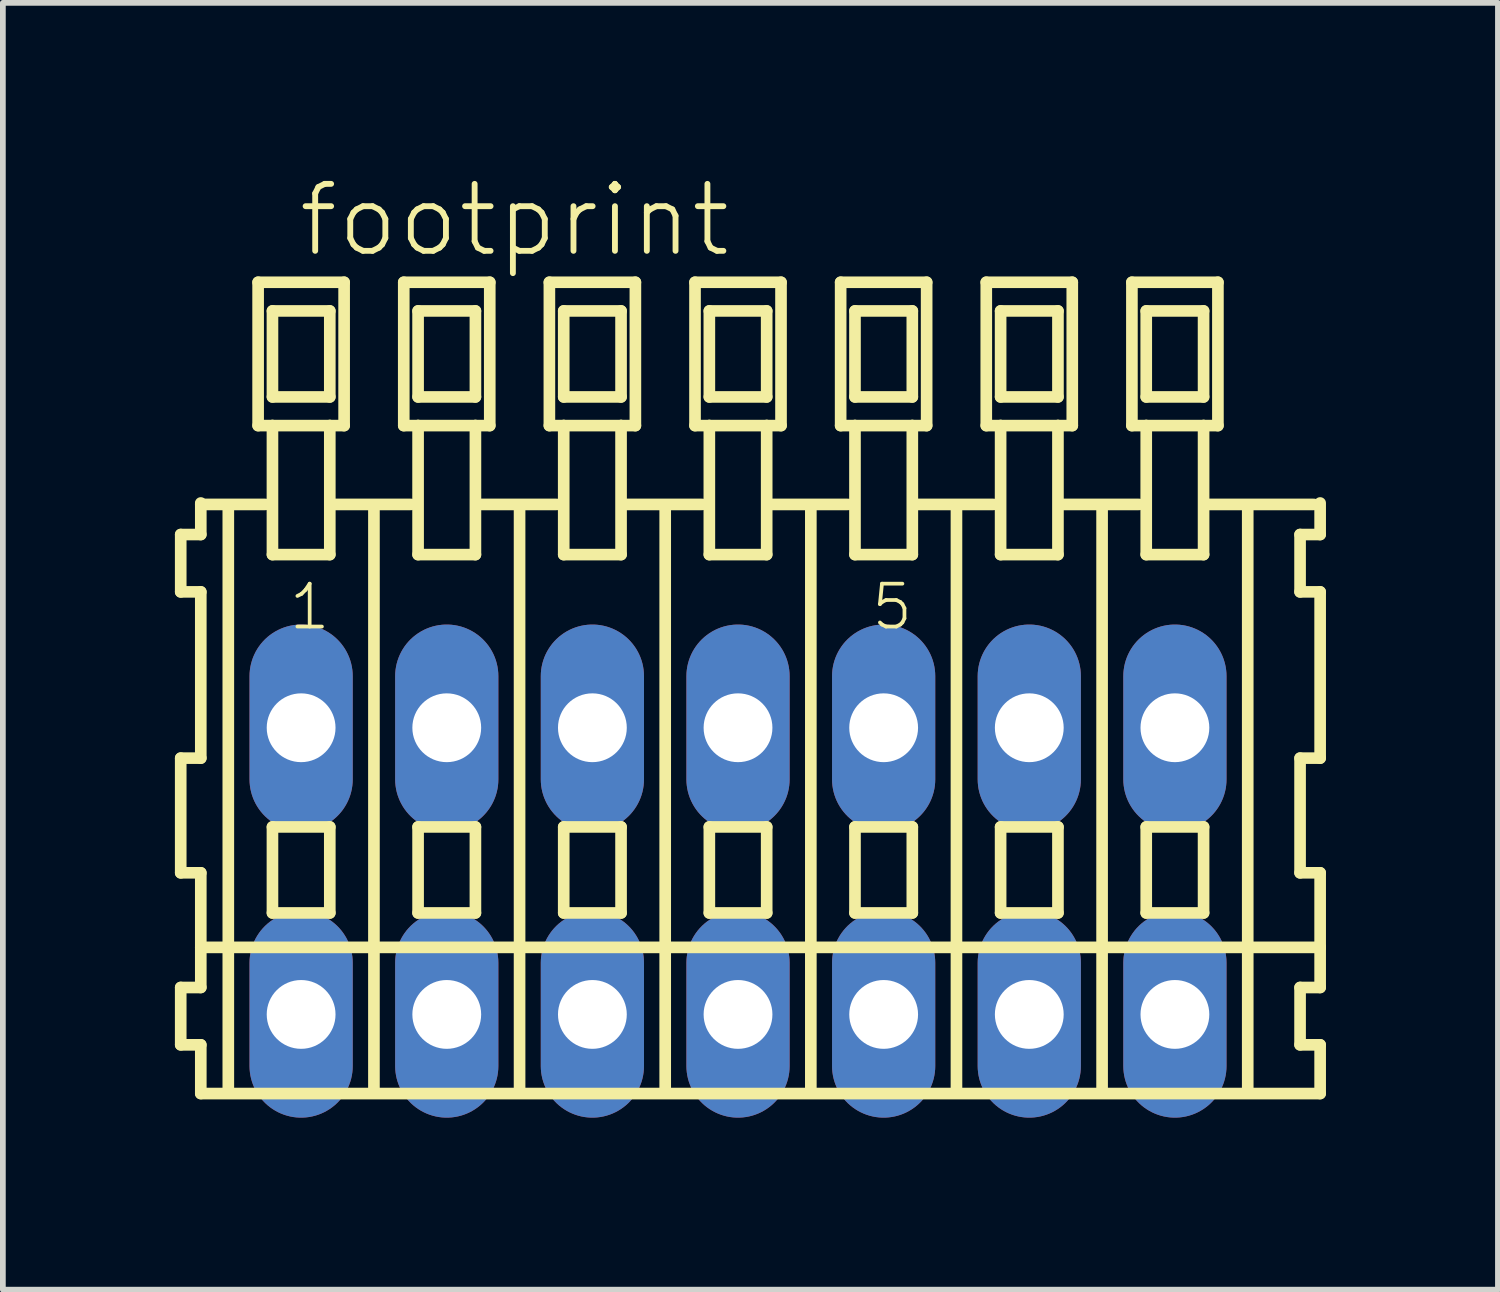
<source format=kicad_pcb>
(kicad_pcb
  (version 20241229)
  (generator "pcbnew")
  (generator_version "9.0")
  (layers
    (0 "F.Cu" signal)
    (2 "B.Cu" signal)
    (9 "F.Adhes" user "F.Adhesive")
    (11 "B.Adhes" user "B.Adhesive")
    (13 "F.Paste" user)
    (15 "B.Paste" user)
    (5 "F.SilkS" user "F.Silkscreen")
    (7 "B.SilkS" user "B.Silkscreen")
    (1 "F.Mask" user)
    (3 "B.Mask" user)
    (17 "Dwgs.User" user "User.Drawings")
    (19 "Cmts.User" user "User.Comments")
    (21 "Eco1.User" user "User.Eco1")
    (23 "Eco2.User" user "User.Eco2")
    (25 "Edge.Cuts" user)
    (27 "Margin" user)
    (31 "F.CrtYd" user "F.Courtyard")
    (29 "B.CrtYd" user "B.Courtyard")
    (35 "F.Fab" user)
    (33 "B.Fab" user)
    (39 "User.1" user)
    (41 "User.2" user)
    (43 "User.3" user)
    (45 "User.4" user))
  (footprint "footprint"
    (layer "F.Cu")
    (at 9.822 12.143)
    (property "Reference" "footprint" (at -7.72 -10.67 0) (layer "F.SilkS") (effects (font (size 1.168 1.168) (thickness 0.102)) (justify left bottom)))
    (fp_line (start -9.72 -5.87) (end -9.72 -4.87) (stroke (width 0.203) (type solid)) (layer "F.SilkS"))
    (fp_line (start -9.72 -4.87) (end -9.37 -4.87) (stroke (width 0.203) (type solid)) (layer "F.SilkS"))
    (fp_line (start -9.72 -1.97) (end -9.72 0.03) (stroke (width 0.203) (type solid)) (layer "F.SilkS"))
    (fp_line (start -9.72 0.03) (end -9.37 0.03) (stroke (width 0.203) (type solid)) (layer "F.SilkS"))
    (fp_line (start -9.72 2.03) (end -9.72 3.03) (stroke (width 0.203) (type solid)) (layer "F.SilkS"))
    (fp_line (start -9.72 3.03) (end -9.37 3.03) (stroke (width 0.203) (type solid)) (layer "F.SilkS"))
    (fp_line (start -9.37 -6.42) (end -9.37 -6.395) (stroke (width 0.203) (type solid)) (layer "F.SilkS"))
    (fp_line (start -9.37 -6.395) (end -9.37 -5.87) (stroke (width 0.203) (type solid)) (layer "F.SilkS"))
    (fp_line (start -9.37 -6.395) (end -8.245 -6.395) (stroke (width 0.203) (type solid)) (layer "F.SilkS"))
    (fp_line (start -9.37 -5.87) (end -9.72 -5.87) (stroke (width 0.203) (type solid)) (layer "F.SilkS"))
    (fp_line (start -9.37 -4.87) (end -9.37 -1.97) (stroke (width 0.203) (type solid)) (layer "F.SilkS"))
    (fp_line (start -9.37 -1.97) (end -9.72 -1.97) (stroke (width 0.203) (type solid)) (layer "F.SilkS"))
    (fp_line (start -9.37 0.03) (end -9.37 1.33) (stroke (width 0.203) (type solid)) (layer "F.SilkS"))
    (fp_line (start -9.37 1.33) (end -9.37 2.03) (stroke (width 0.203) (type solid)) (layer "F.SilkS"))
    (fp_line (start -9.37 1.33) (end 10.153 1.33) (stroke (width 0.203) (type solid)) (layer "F.SilkS"))
    (fp_line (start -9.37 2.03) (end -9.72 2.03) (stroke (width 0.203) (type solid)) (layer "F.SilkS"))
    (fp_line (start -9.37 3.03) (end -9.37 3.88) (stroke (width 0.203) (type solid)) (layer "F.SilkS"))
    (fp_line (start -9.37 3.88) (end 10.153 3.88) (stroke (width 0.203) (type solid)) (layer "F.SilkS"))
    (fp_line (start -8.89 3.83) (end -8.89 -6.33) (stroke (width 0.203) (type solid)) (layer "F.SilkS"))
    (fp_line (start -8.37 -10.27) (end -8.37 -7.77) (stroke (width 0.203) (type solid)) (layer "F.SilkS"))
    (fp_line (start -8.37 -7.77) (end -8.12 -7.77) (stroke (width 0.203) (type solid)) (layer "F.SilkS"))
    (fp_line (start -8.12 -9.77) (end -8.12 -8.27) (stroke (width 0.203) (type solid)) (layer "F.SilkS"))
    (fp_line (start -8.12 -8.27) (end -7.12 -8.27) (stroke (width 0.203) (type solid)) (layer "F.SilkS"))
    (fp_line (start -8.12 -7.77) (end -8.12 -5.52) (stroke (width 0.203) (type solid)) (layer "F.SilkS"))
    (fp_line (start -8.12 -7.77) (end -7.12 -7.77) (stroke (width 0.203) (type solid)) (layer "F.SilkS"))
    (fp_line (start -8.12 -5.52) (end -7.12 -5.52) (stroke (width 0.203) (type solid)) (layer "F.SilkS"))
    (fp_line (start -8.12 -0.77) (end -8.12 0.73) (stroke (width 0.203) (type solid)) (layer "F.SilkS"))
    (fp_line (start -8.12 0.73) (end -7.12 0.73) (stroke (width 0.203) (type solid)) (layer "F.SilkS"))
    (fp_line (start -7.12 -9.77) (end -8.12 -9.77) (stroke (width 0.203) (type solid)) (layer "F.SilkS"))
    (fp_line (start -7.12 -8.27) (end -7.12 -9.77) (stroke (width 0.203) (type solid)) (layer "F.SilkS"))
    (fp_line (start -7.12 -7.77) (end -6.87 -7.77) (stroke (width 0.203) (type solid)) (layer "F.SilkS"))
    (fp_line (start -7.12 -5.52) (end -7.12 -7.77) (stroke (width 0.203) (type solid)) (layer "F.SilkS"))
    (fp_line (start -7.12 -0.77) (end -8.12 -0.77) (stroke (width 0.203) (type solid)) (layer "F.SilkS"))
    (fp_line (start -7.12 0.73) (end -7.12 -0.77) (stroke (width 0.203) (type solid)) (layer "F.SilkS"))
    (fp_line (start -7.084 -6.395) (end -5.705 -6.395) (stroke (width 0.203) (type solid)) (layer "F.SilkS"))
    (fp_line (start -6.87 -10.27) (end -8.37 -10.27) (stroke (width 0.203) (type solid)) (layer "F.SilkS"))
    (fp_line (start -6.87 -7.77) (end -6.87 -10.27) (stroke (width 0.203) (type solid)) (layer "F.SilkS"))
    (fp_line (start -6.35 3.83) (end -6.35 -6.33) (stroke (width 0.203) (type solid)) (layer "F.SilkS"))
    (fp_line (start -5.83 -10.27) (end -5.83 -7.77) (stroke (width 0.203) (type solid)) (layer "F.SilkS"))
    (fp_line (start -5.83 -7.77) (end -5.58 -7.77) (stroke (width 0.203) (type solid)) (layer "F.SilkS"))
    (fp_line (start -5.58 -9.77) (end -5.58 -8.27) (stroke (width 0.203) (type solid)) (layer "F.SilkS"))
    (fp_line (start -5.58 -8.27) (end -4.58 -8.27) (stroke (width 0.203) (type solid)) (layer "F.SilkS"))
    (fp_line (start -5.58 -7.77) (end -5.58 -5.52) (stroke (width 0.203) (type solid)) (layer "F.SilkS"))
    (fp_line (start -5.58 -7.77) (end -4.58 -7.77) (stroke (width 0.203) (type solid)) (layer "F.SilkS"))
    (fp_line (start -5.58 -5.52) (end -4.58 -5.52) (stroke (width 0.203) (type solid)) (layer "F.SilkS"))
    (fp_line (start -5.58 -0.77) (end -5.58 0.73) (stroke (width 0.203) (type solid)) (layer "F.SilkS"))
    (fp_line (start -5.58 0.73) (end -4.58 0.73) (stroke (width 0.203) (type solid)) (layer "F.SilkS"))
    (fp_line (start -4.58 -9.77) (end -5.58 -9.77) (stroke (width 0.203) (type solid)) (layer "F.SilkS"))
    (fp_line (start -4.58 -8.27) (end -4.58 -9.77) (stroke (width 0.203) (type solid)) (layer "F.SilkS"))
    (fp_line (start -4.58 -7.77) (end -4.33 -7.77) (stroke (width 0.203) (type solid)) (layer "F.SilkS"))
    (fp_line (start -4.58 -5.52) (end -4.58 -7.77) (stroke (width 0.203) (type solid)) (layer "F.SilkS"))
    (fp_line (start -4.58 -0.77) (end -5.58 -0.77) (stroke (width 0.203) (type solid)) (layer "F.SilkS"))
    (fp_line (start -4.58 0.73) (end -4.58 -0.77) (stroke (width 0.203) (type solid)) (layer "F.SilkS"))
    (fp_line (start -4.544 -6.395) (end -3.165 -6.395) (stroke (width 0.203) (type solid)) (layer "F.SilkS"))
    (fp_line (start -4.33 -10.27) (end -5.83 -10.27) (stroke (width 0.203) (type solid)) (layer "F.SilkS"))
    (fp_line (start -4.33 -7.77) (end -4.33 -10.27) (stroke (width 0.203) (type solid)) (layer "F.SilkS"))
    (fp_line (start -3.81 3.83) (end -3.81 -6.33) (stroke (width 0.203) (type solid)) (layer "F.SilkS"))
    (fp_line (start -3.29 -10.27) (end -3.29 -7.77) (stroke (width 0.203) (type solid)) (layer "F.SilkS"))
    (fp_line (start -3.29 -7.77) (end -3.04 -7.77) (stroke (width 0.203) (type solid)) (layer "F.SilkS"))
    (fp_line (start -3.04 -9.77) (end -3.04 -8.27) (stroke (width 0.203) (type solid)) (layer "F.SilkS"))
    (fp_line (start -3.04 -8.27) (end -2.04 -8.27) (stroke (width 0.203) (type solid)) (layer "F.SilkS"))
    (fp_line (start -3.04 -7.77) (end -3.04 -5.52) (stroke (width 0.203) (type solid)) (layer "F.SilkS"))
    (fp_line (start -3.04 -7.77) (end -2.04 -7.77) (stroke (width 0.203) (type solid)) (layer "F.SilkS"))
    (fp_line (start -3.04 -5.52) (end -2.04 -5.52) (stroke (width 0.203) (type solid)) (layer "F.SilkS"))
    (fp_line (start -3.04 -0.77) (end -3.04 0.73) (stroke (width 0.203) (type solid)) (layer "F.SilkS"))
    (fp_line (start -3.04 0.73) (end -2.04 0.73) (stroke (width 0.203) (type solid)) (layer "F.SilkS"))
    (fp_line (start -2.04 -9.77) (end -3.04 -9.77) (stroke (width 0.203) (type solid)) (layer "F.SilkS"))
    (fp_line (start -2.04 -8.27) (end -2.04 -9.77) (stroke (width 0.203) (type solid)) (layer "F.SilkS"))
    (fp_line (start -2.04 -7.77) (end -1.79 -7.77) (stroke (width 0.203) (type solid)) (layer "F.SilkS"))
    (fp_line (start -2.04 -5.52) (end -2.04 -7.77) (stroke (width 0.203) (type solid)) (layer "F.SilkS"))
    (fp_line (start -2.04 -0.77) (end -3.04 -0.77) (stroke (width 0.203) (type solid)) (layer "F.SilkS"))
    (fp_line (start -2.04 0.73) (end -2.04 -0.77) (stroke (width 0.203) (type solid)) (layer "F.SilkS"))
    (fp_line (start -2.004 -6.395) (end -0.625 -6.395) (stroke (width 0.203) (type solid)) (layer "F.SilkS"))
    (fp_line (start -1.79 -10.27) (end -3.29 -10.27) (stroke (width 0.203) (type solid)) (layer "F.SilkS"))
    (fp_line (start -1.79 -7.77) (end -1.79 -10.27) (stroke (width 0.203) (type solid)) (layer "F.SilkS"))
    (fp_line (start -1.27 3.83) (end -1.27 -6.33) (stroke (width 0.203) (type solid)) (layer "F.SilkS"))
    (fp_line (start -0.75 -10.27) (end -0.75 -7.77) (stroke (width 0.203) (type solid)) (layer "F.SilkS"))
    (fp_line (start -0.75 -7.77) (end -0.5 -7.77) (stroke (width 0.203) (type solid)) (layer "F.SilkS"))
    (fp_line (start -0.5 -9.77) (end -0.5 -8.27) (stroke (width 0.203) (type solid)) (layer "F.SilkS"))
    (fp_line (start -0.5 -8.27) (end 0.5 -8.27) (stroke (width 0.203) (type solid)) (layer "F.SilkS"))
    (fp_line (start -0.5 -7.77) (end -0.5 -5.52) (stroke (width 0.203) (type solid)) (layer "F.SilkS"))
    (fp_line (start -0.5 -7.77) (end 0.5 -7.77) (stroke (width 0.203) (type solid)) (layer "F.SilkS"))
    (fp_line (start -0.5 -5.52) (end 0.5 -5.52) (stroke (width 0.203) (type solid)) (layer "F.SilkS"))
    (fp_line (start -0.5 -0.77) (end -0.5 0.73) (stroke (width 0.203) (type solid)) (layer "F.SilkS"))
    (fp_line (start -0.5 0.73) (end 0.5 0.73) (stroke (width 0.203) (type solid)) (layer "F.SilkS"))
    (fp_line (start 0.5 -9.77) (end -0.5 -9.77) (stroke (width 0.203) (type solid)) (layer "F.SilkS"))
    (fp_line (start 0.5 -8.27) (end 0.5 -9.77) (stroke (width 0.203) (type solid)) (layer "F.SilkS"))
    (fp_line (start 0.5 -7.77) (end 0.75 -7.77) (stroke (width 0.203) (type solid)) (layer "F.SilkS"))
    (fp_line (start 0.5 -5.52) (end 0.5 -7.77) (stroke (width 0.203) (type solid)) (layer "F.SilkS"))
    (fp_line (start 0.5 -0.77) (end -0.5 -0.77) (stroke (width 0.203) (type solid)) (layer "F.SilkS"))
    (fp_line (start 0.5 0.73) (end 0.5 -0.77) (stroke (width 0.203) (type solid)) (layer "F.SilkS"))
    (fp_line (start 0.536 -6.395) (end 1.915 -6.395) (stroke (width 0.203) (type solid)) (layer "F.SilkS"))
    (fp_line (start 0.75 -10.27) (end -0.75 -10.27) (stroke (width 0.203) (type solid)) (layer "F.SilkS"))
    (fp_line (start 0.75 -7.77) (end 0.75 -10.27) (stroke (width 0.203) (type solid)) (layer "F.SilkS"))
    (fp_line (start 1.27 3.83) (end 1.27 -6.33) (stroke (width 0.203) (type solid)) (layer "F.SilkS"))
    (fp_line (start 1.79 -10.27) (end 1.79 -7.77) (stroke (width 0.203) (type solid)) (layer "F.SilkS"))
    (fp_line (start 1.79 -7.77) (end 2.04 -7.77) (stroke (width 0.203) (type solid)) (layer "F.SilkS"))
    (fp_line (start 2.04 -9.77) (end 2.04 -8.27) (stroke (width 0.203) (type solid)) (layer "F.SilkS"))
    (fp_line (start 2.04 -8.27) (end 3.04 -8.27) (stroke (width 0.203) (type solid)) (layer "F.SilkS"))
    (fp_line (start 2.04 -7.77) (end 2.04 -5.52) (stroke (width 0.203) (type solid)) (layer "F.SilkS"))
    (fp_line (start 2.04 -7.77) (end 3.04 -7.77) (stroke (width 0.203) (type solid)) (layer "F.SilkS"))
    (fp_line (start 2.04 -5.52) (end 3.04 -5.52) (stroke (width 0.203) (type solid)) (layer "F.SilkS"))
    (fp_line (start 2.04 -0.77) (end 2.04 0.73) (stroke (width 0.203) (type solid)) (layer "F.SilkS"))
    (fp_line (start 2.04 0.73) (end 3.04 0.73) (stroke (width 0.203) (type solid)) (layer "F.SilkS"))
    (fp_line (start 3.04 -9.77) (end 2.04 -9.77) (stroke (width 0.203) (type solid)) (layer "F.SilkS"))
    (fp_line (start 3.04 -8.27) (end 3.04 -9.77) (stroke (width 0.203) (type solid)) (layer "F.SilkS"))
    (fp_line (start 3.04 -7.77) (end 3.29 -7.77) (stroke (width 0.203) (type solid)) (layer "F.SilkS"))
    (fp_line (start 3.04 -5.52) (end 3.04 -7.77) (stroke (width 0.203) (type solid)) (layer "F.SilkS"))
    (fp_line (start 3.04 -0.77) (end 2.04 -0.77) (stroke (width 0.203) (type solid)) (layer "F.SilkS"))
    (fp_line (start 3.04 0.73) (end 3.04 -0.77) (stroke (width 0.203) (type solid)) (layer "F.SilkS"))
    (fp_line (start 3.076 -6.395) (end 4.455 -6.395) (stroke (width 0.203) (type solid)) (layer "F.SilkS"))
    (fp_line (start 3.29 -10.27) (end 1.79 -10.27) (stroke (width 0.203) (type solid)) (layer "F.SilkS"))
    (fp_line (start 3.29 -7.77) (end 3.29 -10.27) (stroke (width 0.203) (type solid)) (layer "F.SilkS"))
    (fp_line (start 3.81 3.83) (end 3.81 -6.33) (stroke (width 0.203) (type solid)) (layer "F.SilkS"))
    (fp_line (start 4.33 -10.27) (end 4.33 -7.77) (stroke (width 0.203) (type solid)) (layer "F.SilkS"))
    (fp_line (start 4.33 -7.77) (end 4.58 -7.77) (stroke (width 0.203) (type solid)) (layer "F.SilkS"))
    (fp_line (start 4.58 -9.77) (end 4.58 -8.27) (stroke (width 0.203) (type solid)) (layer "F.SilkS"))
    (fp_line (start 4.58 -8.27) (end 5.58 -8.27) (stroke (width 0.203) (type solid)) (layer "F.SilkS"))
    (fp_line (start 4.58 -7.77) (end 4.58 -5.52) (stroke (width 0.203) (type solid)) (layer "F.SilkS"))
    (fp_line (start 4.58 -7.77) (end 5.58 -7.77) (stroke (width 0.203) (type solid)) (layer "F.SilkS"))
    (fp_line (start 4.58 -5.52) (end 5.58 -5.52) (stroke (width 0.203) (type solid)) (layer "F.SilkS"))
    (fp_line (start 4.58 -0.77) (end 4.58 0.73) (stroke (width 0.203) (type solid)) (layer "F.SilkS"))
    (fp_line (start 4.58 0.73) (end 5.58 0.73) (stroke (width 0.203) (type solid)) (layer "F.SilkS"))
    (fp_line (start 5.58 -9.77) (end 4.58 -9.77) (stroke (width 0.203) (type solid)) (layer "F.SilkS"))
    (fp_line (start 5.58 -8.27) (end 5.58 -9.77) (stroke (width 0.203) (type solid)) (layer "F.SilkS"))
    (fp_line (start 5.58 -7.77) (end 5.83 -7.77) (stroke (width 0.203) (type solid)) (layer "F.SilkS"))
    (fp_line (start 5.58 -5.52) (end 5.58 -7.77) (stroke (width 0.203) (type solid)) (layer "F.SilkS"))
    (fp_line (start 5.58 -0.77) (end 4.58 -0.77) (stroke (width 0.203) (type solid)) (layer "F.SilkS"))
    (fp_line (start 5.58 0.73) (end 5.58 -0.77) (stroke (width 0.203) (type solid)) (layer "F.SilkS"))
    (fp_line (start 5.616 -6.395) (end 6.995 -6.395) (stroke (width 0.203) (type solid)) (layer "F.SilkS"))
    (fp_line (start 5.83 -10.27) (end 4.33 -10.27) (stroke (width 0.203) (type solid)) (layer "F.SilkS"))
    (fp_line (start 5.83 -7.77) (end 5.83 -10.27) (stroke (width 0.203) (type solid)) (layer "F.SilkS"))
    (fp_line (start 6.35 3.83) (end 6.35 -6.33) (stroke (width 0.203) (type solid)) (layer "F.SilkS"))
    (fp_line (start 6.87 -10.27) (end 6.87 -7.77) (stroke (width 0.203) (type solid)) (layer "F.SilkS"))
    (fp_line (start 6.87 -7.77) (end 7.12 -7.77) (stroke (width 0.203) (type solid)) (layer "F.SilkS"))
    (fp_line (start 7.12 -9.77) (end 7.12 -8.27) (stroke (width 0.203) (type solid)) (layer "F.SilkS"))
    (fp_line (start 7.12 -8.27) (end 8.12 -8.27) (stroke (width 0.203) (type solid)) (layer "F.SilkS"))
    (fp_line (start 7.12 -7.77) (end 7.12 -5.52) (stroke (width 0.203) (type solid)) (layer "F.SilkS"))
    (fp_line (start 7.12 -7.77) (end 8.12 -7.77) (stroke (width 0.203) (type solid)) (layer "F.SilkS"))
    (fp_line (start 7.12 -5.52) (end 8.12 -5.52) (stroke (width 0.203) (type solid)) (layer "F.SilkS"))
    (fp_line (start 7.12 -0.77) (end 7.12 0.73) (stroke (width 0.203) (type solid)) (layer "F.SilkS"))
    (fp_line (start 7.12 0.73) (end 8.12 0.73) (stroke (width 0.203) (type solid)) (layer "F.SilkS"))
    (fp_line (start 8.12 -9.77) (end 7.12 -9.77) (stroke (width 0.203) (type solid)) (layer "F.SilkS"))
    (fp_line (start 8.12 -8.27) (end 8.12 -9.77) (stroke (width 0.203) (type solid)) (layer "F.SilkS"))
    (fp_line (start 8.12 -7.77) (end 8.37 -7.77) (stroke (width 0.203) (type solid)) (layer "F.SilkS"))
    (fp_line (start 8.12 -5.52) (end 8.12 -7.77) (stroke (width 0.203) (type solid)) (layer "F.SilkS"))
    (fp_line (start 8.12 -0.77) (end 7.12 -0.77) (stroke (width 0.203) (type solid)) (layer "F.SilkS"))
    (fp_line (start 8.12 0.73) (end 8.12 -0.77) (stroke (width 0.203) (type solid)) (layer "F.SilkS"))
    (fp_line (start 8.156 -6.395) (end 10.043 -6.395) (stroke (width 0.203) (type solid)) (layer "F.SilkS"))
    (fp_line (start 8.37 -10.27) (end 6.87 -10.27) (stroke (width 0.203) (type solid)) (layer "F.SilkS"))
    (fp_line (start 8.37 -7.77) (end 8.37 -10.27) (stroke (width 0.203) (type solid)) (layer "F.SilkS"))
    (fp_line (start 8.89 3.83) (end 8.89 -6.33) (stroke (width 0.203) (type solid)) (layer "F.SilkS"))
    (fp_line (start 9.803 -5.87) (end 9.803 -4.87) (stroke (width 0.203) (type solid)) (layer "F.SilkS"))
    (fp_line (start 9.803 -4.87) (end 10.153 -4.87) (stroke (width 0.203) (type solid)) (layer "F.SilkS"))
    (fp_line (start 9.803 -1.97) (end 9.803 0.03) (stroke (width 0.203) (type solid)) (layer "F.SilkS"))
    (fp_line (start 9.803 0.03) (end 10.153 0.03) (stroke (width 0.203) (type solid)) (layer "F.SilkS"))
    (fp_line (start 9.803 2.03) (end 9.803 3.03) (stroke (width 0.203) (type solid)) (layer "F.SilkS"))
    (fp_line (start 9.803 3.03) (end 10.153 3.03) (stroke (width 0.203) (type solid)) (layer "F.SilkS"))
    (fp_line (start 10.153 -5.87) (end 9.803 -5.87) (stroke (width 0.203) (type solid)) (layer "F.SilkS"))
    (fp_line (start 10.153 -5.87) (end 10.153 -6.42) (stroke (width 0.203) (type solid)) (layer "F.SilkS"))
    (fp_line (start 10.153 -1.97) (end 9.803 -1.97) (stroke (width 0.203) (type solid)) (layer "F.SilkS"))
    (fp_line (start 10.153 -1.97) (end 10.153 -4.87) (stroke (width 0.203) (type solid)) (layer "F.SilkS"))
    (fp_line (start 10.153 1.33) (end 10.153 0.03) (stroke (width 0.203) (type solid)) (layer "F.SilkS"))
    (fp_line (start 10.153 2.03) (end 9.803 2.03) (stroke (width 0.203) (type solid)) (layer "F.SilkS"))
    (fp_line (start 10.153 2.03) (end 10.153 1.33) (stroke (width 0.203) (type solid)) (layer "F.SilkS"))
    (fp_line (start 10.153 3.88) (end 10.153 3.03) (stroke (width 0.203) (type solid)) (layer "F.SilkS"))
    (fp_text user "1" (at -7.87 -4.17 0) (layer "F.SilkS") (effects (font (size 0.748 0.748) (thickness 0.065)) (justify left bottom)))
    (fp_text user "5" (at 2.29 -4.17 0) (layer "F.SilkS") (effects (font (size 0.748 0.748) (thickness 0.065)) (justify left bottom)))
    (pad "A1" thru_hole oval (at -7.62 -2.5 90) (size 3.6 1.8) (drill 1.2) (layers "*.Cu" "*.Mask"))
    (pad "A2" thru_hole oval (at -5.08 -2.5 90) (size 3.6 1.8) (drill 1.2) (layers "*.Cu" "*.Mask"))
    (pad "A3" thru_hole oval (at -2.54 -2.5 90) (size 3.6 1.8) (drill 1.2) (layers "*.Cu" "*.Mask"))
    (pad "A4" thru_hole oval (at 0 -2.5 90) (size 3.6 1.8) (drill 1.2) (layers "*.Cu" "*.Mask"))
    (pad "A5" thru_hole oval (at 2.54 -2.5 90) (size 3.6 1.8) (drill 1.2) (layers "*.Cu" "*.Mask"))
    (pad "A6" thru_hole oval (at 5.08 -2.5 90) (size 3.6 1.8) (drill 1.2) (layers "*.Cu" "*.Mask"))
    (pad "A7" thru_hole oval (at 7.62 -2.5 90) (size 3.6 1.8) (drill 1.2) (layers "*.Cu" "*.Mask"))
    (pad "B1" thru_hole oval (at -7.62 2.5 90) (size 3.6 1.8) (drill 1.2) (layers "*.Cu" "*.Mask"))
    (pad "B2" thru_hole oval (at -5.08 2.5 90) (size 3.6 1.8) (drill 1.2) (layers "*.Cu" "*.Mask"))
    (pad "B3" thru_hole oval (at -2.54 2.5 90) (size 3.6 1.8) (drill 1.2) (layers "*.Cu" "*.Mask"))
    (pad "B4" thru_hole oval (at 0 2.5 90) (size 3.6 1.8) (drill 1.2) (layers "*.Cu" "*.Mask"))
    (pad "B5" thru_hole oval (at 2.54 2.5 90) (size 3.6 1.8) (drill 1.2) (layers "*.Cu" "*.Mask"))
    (pad "B6" thru_hole oval (at 5.08 2.5 90) (size 3.6 1.8) (drill 1.2) (layers "*.Cu" "*.Mask"))
    (pad "B7" thru_hole oval (at 7.62 2.5 90) (size 3.6 1.8) (drill 1.2) (layers "*.Cu" "*.Mask")))
  (gr_rect
    (start -3 -3)
    (end 23.076 19.443)
    (stroke (width 0.1) (type default))
    (fill no)
    (layer "Edge.Cuts")))
</source>
